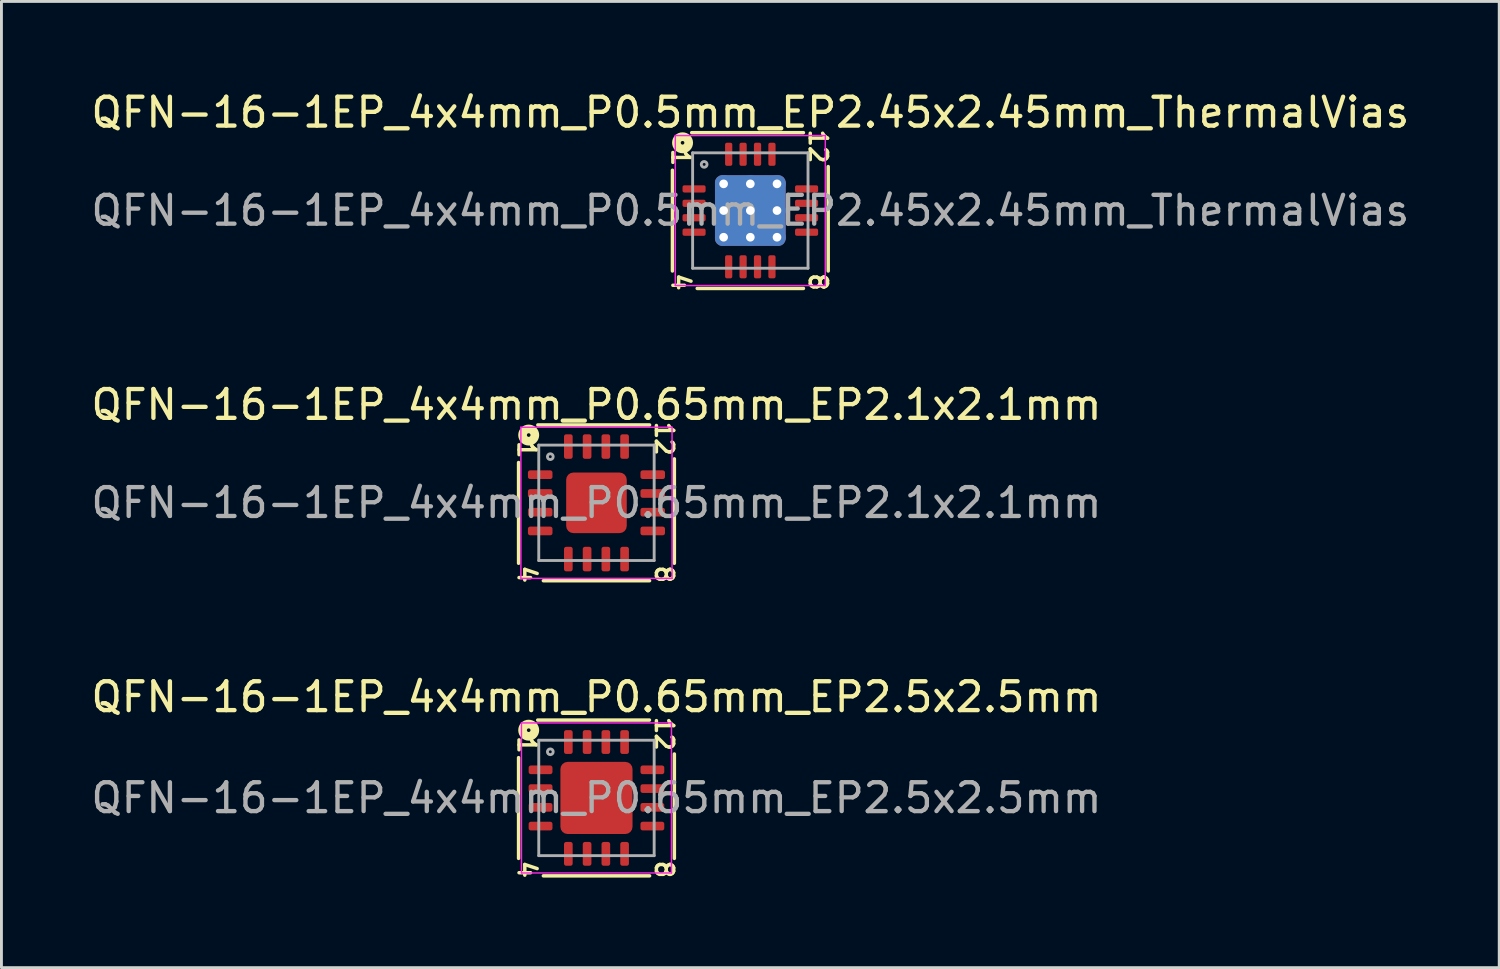
<source format=kicad_pcb>
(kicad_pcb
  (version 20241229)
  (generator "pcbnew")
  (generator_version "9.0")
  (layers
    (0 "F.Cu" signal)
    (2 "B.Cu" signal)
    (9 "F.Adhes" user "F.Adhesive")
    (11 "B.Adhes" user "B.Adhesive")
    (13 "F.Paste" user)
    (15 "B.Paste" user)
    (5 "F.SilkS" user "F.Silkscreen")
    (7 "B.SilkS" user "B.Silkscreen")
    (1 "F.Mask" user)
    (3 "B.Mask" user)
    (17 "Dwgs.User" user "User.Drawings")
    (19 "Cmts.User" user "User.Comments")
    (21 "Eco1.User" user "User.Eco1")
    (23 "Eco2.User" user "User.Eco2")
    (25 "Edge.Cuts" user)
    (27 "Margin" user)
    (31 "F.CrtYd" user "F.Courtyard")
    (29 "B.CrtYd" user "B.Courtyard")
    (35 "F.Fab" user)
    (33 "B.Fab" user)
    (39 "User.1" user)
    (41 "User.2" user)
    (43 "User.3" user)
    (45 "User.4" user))
  (footprint "QFN-16-1EP_4x4mm_P0.65mm_EP2.5x2.5mm"
    (layer "F.Cu")
    (at 17.625 24.609)
    (property "Reference" "QFN-16-1EP_4x4mm_P0.65mm_EP2.5x2.5mm" (at 0 -3.5 0) (layer "F.SilkS") (effects (font (size 1 1) (thickness 0.15))))
    (attr smd)
    (fp_line (start -2.7 -1.397) (end -2.7 2.095) (stroke (width 0.12) (type solid)) (layer "F.SilkS"))
    (fp_line (start -1.841 2.7) (end 1.841 2.7) (stroke (width 0.12) (type solid)) (layer "F.SilkS"))
    (fp_line (start 1.837 -2.7) (end -2.037 -2.7) (stroke (width 0.12) (type solid)) (layer "F.SilkS"))
    (fp_line (start 2.7 2.095) (end 2.7 -1.524) (stroke (width 0.12) (type solid)) (layer "F.SilkS"))
    (fp_circle (center -2.349 -2.349) (end -2.286 -2.349) (stroke (width 0.3) (type solid)) (fill no) (layer "F.SilkS"))
    (fp_line (start -2.6 -2.6) (end -2.6 2.6) (stroke (width 0.05) (type solid)) (layer "F.CrtYd"))
    (fp_line (start -2.6 2.6) (end 2.6 2.6) (stroke (width 0.05) (type solid)) (layer "F.CrtYd"))
    (fp_line (start 2.6 -2.6) (end -2.6 -2.6) (stroke (width 0.05) (type solid)) (layer "F.CrtYd"))
    (fp_line (start 2.6 2.6) (end 2.6 -2.6) (stroke (width 0.05) (type solid)) (layer "F.CrtYd"))
    (fp_line (start -2 -2) (end 2 -2) (stroke (width 0.1) (type solid)) (layer "F.Fab"))
    (fp_line (start -2 2) (end -2 -2) (stroke (width 0.1) (type solid)) (layer "F.Fab"))
    (fp_line (start 2 -2) (end 2 2) (stroke (width 0.1) (type solid)) (layer "F.Fab"))
    (fp_line (start 2 2) (end -2 2) (stroke (width 0.1) (type solid)) (layer "F.Fab"))
    (fp_circle (center -1.6 -1.6) (end -1.5 -1.6) (stroke (width 0.1) (type solid)) (fill no) (layer "F.Fab"))
    (fp_text user "1" (at -2.413 -1.841 270) (unlocked yes) (layer "F.SilkS") (effects (font (size 0.6 0.6) (thickness 0.12))))
    (fp_text user "4" (at -2.413 2.477 270) (unlocked yes) (layer "F.SilkS") (effects (font (size 0.6 0.6) (thickness 0.12))))
    (fp_text user "8" (at 2.349 2.477 270) (unlocked yes) (layer "F.SilkS") (effects (font (size 0.6 0.6) (thickness 0.12))))
    (fp_text user "12" (at 2.349 -2.223 270) (unlocked yes) (layer "F.SilkS") (effects (font (size 0.6 0.6) (thickness 0.12))))
    (fp_text user "${REFERENCE}" (at 0 0 0) (layer "F.Fab") (effects (font (size 1 1) (thickness 0.15))))
    (pad "" smd roundrect (at -0.625 -0.625) (size 1.01 1.01) (layers "F.Paste") (roundrect_rratio 0.248))
    (pad "" smd roundrect (at -0.625 0.625) (size 1.01 1.01) (layers "F.Paste") (roundrect_rratio 0.248))
    (pad "" smd roundrect (at 0.625 -0.625) (size 1.01 1.01) (layers "F.Paste") (roundrect_rratio 0.248))
    (pad "" smd roundrect (at 0.625 0.625) (size 1.01 1.01) (layers "F.Paste") (roundrect_rratio 0.248))
    (pad "1" smd roundrect (at -1.938 -0.975) (size 0.825 0.3) (layers "F.Cu" "F.Mask" "F.Paste") (roundrect_rratio 0.25))
    (pad "2" smd roundrect (at -1.938 -0.325) (size 0.825 0.3) (layers "F.Cu" "F.Mask" "F.Paste") (roundrect_rratio 0.25))
    (pad "3" smd roundrect (at -1.938 0.325) (size 0.825 0.3) (layers "F.Cu" "F.Mask" "F.Paste") (roundrect_rratio 0.25))
    (pad "4" smd roundrect (at -1.938 0.975) (size 0.825 0.3) (layers "F.Cu" "F.Mask" "F.Paste") (roundrect_rratio 0.25))
    (pad "5" smd roundrect (at -0.975 1.938) (size 0.3 0.825) (layers "F.Cu" "F.Mask" "F.Paste") (roundrect_rratio 0.25))
    (pad "6" smd roundrect (at -0.325 1.938) (size 0.3 0.825) (layers "F.Cu" "F.Mask" "F.Paste") (roundrect_rratio 0.25))
    (pad "7" smd roundrect (at 0.325 1.938) (size 0.3 0.825) (layers "F.Cu" "F.Mask" "F.Paste") (roundrect_rratio 0.25))
    (pad "8" smd roundrect (at 0.975 1.938) (size 0.3 0.825) (layers "F.Cu" "F.Mask" "F.Paste") (roundrect_rratio 0.25))
    (pad "9" smd roundrect (at 1.938 0.975) (size 0.825 0.3) (layers "F.Cu" "F.Mask" "F.Paste") (roundrect_rratio 0.25))
    (pad "10" smd roundrect (at 1.938 0.325) (size 0.825 0.3) (layers "F.Cu" "F.Mask" "F.Paste") (roundrect_rratio 0.25))
    (pad "11" smd roundrect (at 1.938 -0.325) (size 0.825 0.3) (layers "F.Cu" "F.Mask" "F.Paste") (roundrect_rratio 0.25))
    (pad "12" smd roundrect (at 1.938 -0.975) (size 0.825 0.3) (layers "F.Cu" "F.Mask" "F.Paste") (roundrect_rratio 0.25))
    (pad "13" smd roundrect (at 0.975 -1.938) (size 0.3 0.825) (layers "F.Cu" "F.Mask" "F.Paste") (roundrect_rratio 0.25))
    (pad "14" smd roundrect (at 0.325 -1.938) (size 0.3 0.825) (layers "F.Cu" "F.Mask" "F.Paste") (roundrect_rratio 0.25))
    (pad "15" smd roundrect (at -0.325 -1.938) (size 0.3 0.825) (layers "F.Cu" "F.Mask" "F.Paste") (roundrect_rratio 0.25))
    (pad "16" smd roundrect (at -0.975 -1.938) (size 0.3 0.825) (layers "F.Cu" "F.Mask" "F.Paste") (roundrect_rratio 0.25))
    (pad "17" smd roundrect (at 0 0) (size 2.5 2.5) (layers "F.Cu" "F.Mask") (roundrect_rratio 0.1)))
  (footprint "QFN-16-1EP_4x4mm_P0.5mm_EP2.45x2.45mm_ThermalVias"
    (layer "F.Cu")
    (at 22.958 4.248)
    (property "Reference" "QFN-16-1EP_4x4mm_P0.5mm_EP2.45x2.45mm_ThermalVias" (at 0 -3.4 0) (layer "F.SilkS") (effects (font (size 1 1) (thickness 0.15))))
    (attr smd)
    (fp_line (start -2.7 -1.397) (end -2.7 2.095) (stroke (width 0.12) (type solid)) (layer "F.SilkS"))
    (fp_line (start -1.841 2.7) (end 1.841 2.7) (stroke (width 0.12) (type solid)) (layer "F.SilkS"))
    (fp_line (start 1.841 -2.7) (end -2.032 -2.7) (stroke (width 0.12) (type solid)) (layer "F.SilkS"))
    (fp_line (start 2.7 2.095) (end 2.7 -1.524) (stroke (width 0.12) (type solid)) (layer "F.SilkS"))
    (fp_circle (center -2.349 -2.349) (end -2.286 -2.349) (stroke (width 0.3) (type solid)) (fill no) (layer "F.SilkS"))
    (fp_line (start -2.6 -2.6) (end -2.6 2.6) (stroke (width 0.05) (type solid)) (layer "F.CrtYd"))
    (fp_line (start -2.6 2.6) (end 2.6 2.6) (stroke (width 0.05) (type solid)) (layer "F.CrtYd"))
    (fp_line (start 2.6 -2.6) (end -2.6 -2.6) (stroke (width 0.05) (type solid)) (layer "F.CrtYd"))
    (fp_line (start 2.6 2.6) (end 2.6 -2.6) (stroke (width 0.05) (type solid)) (layer "F.CrtYd"))
    (fp_line (start -2 -2) (end 2 -2) (stroke (width 0.1) (type solid)) (layer "F.Fab"))
    (fp_line (start -2 2) (end -2 -2) (stroke (width 0.1) (type solid)) (layer "F.Fab"))
    (fp_line (start 2 -2) (end 2 2) (stroke (width 0.1) (type solid)) (layer "F.Fab"))
    (fp_line (start 2 2) (end -2 2) (stroke (width 0.1) (type solid)) (layer "F.Fab"))
    (fp_circle (center -1.6 -1.6) (end -1.5 -1.6) (stroke (width 0.1) (type solid)) (fill no) (layer "F.Fab"))
    (fp_text user "1" (at -2.413 -1.841 270) (unlocked yes) (layer "F.SilkS") (effects (font (size 0.6 0.6) (thickness 0.12))))
    (fp_text user "8" (at 2.349 2.477 270) (unlocked yes) (layer "F.SilkS") (effects (font (size 0.6 0.6) (thickness 0.12))))
    (fp_text user "12" (at 2.349 -2.223 270) (unlocked yes) (layer "F.SilkS") (effects (font (size 0.6 0.6) (thickness 0.12))))
    (fp_text user "4" (at -2.413 2.477 270) (unlocked yes) (layer "F.SilkS") (effects (font (size 0.6 0.6) (thickness 0.12))))
    (fp_text user "${REFERENCE}" (at 0 0 0) (layer "F.Fab") (effects (font (size 1 1) (thickness 0.15))))
    (pad "" smd roundrect (at -0.61 -0.61) (size 1.06 1.06) (layers "F.Paste") (roundrect_rratio 0.236))
    (pad "" smd roundrect (at -0.61 0.61) (size 1.06 1.06) (layers "F.Paste") (roundrect_rratio 0.236))
    (pad "" smd roundrect (at 0.61 -0.61) (size 1.06 1.06) (layers "F.Paste") (roundrect_rratio 0.236))
    (pad "" smd roundrect (at 0.61 0.61) (size 1.06 1.06) (layers "F.Paste") (roundrect_rratio 0.236))
    (pad "1" smd roundrect (at -1.95 -0.75) (size 0.8 0.25) (layers "F.Cu" "F.Mask" "F.Paste") (roundrect_rratio 0.25))
    (pad "2" smd roundrect (at -1.95 -0.25) (size 0.8 0.25) (layers "F.Cu" "F.Mask" "F.Paste") (roundrect_rratio 0.25))
    (pad "3" smd roundrect (at -1.95 0.25) (size 0.8 0.25) (layers "F.Cu" "F.Mask" "F.Paste") (roundrect_rratio 0.25))
    (pad "4" smd roundrect (at -1.95 0.75) (size 0.8 0.25) (layers "F.Cu" "F.Mask" "F.Paste") (roundrect_rratio 0.25))
    (pad "5" smd roundrect (at -0.75 1.95) (size 0.25 0.8) (layers "F.Cu" "F.Mask" "F.Paste") (roundrect_rratio 0.25))
    (pad "6" smd roundrect (at -0.25 1.95) (size 0.25 0.8) (layers "F.Cu" "F.Mask" "F.Paste") (roundrect_rratio 0.25))
    (pad "7" smd roundrect (at 0.25 1.95) (size 0.25 0.8) (layers "F.Cu" "F.Mask" "F.Paste") (roundrect_rratio 0.25))
    (pad "8" smd roundrect (at 0.75 1.95) (size 0.25 0.8) (layers "F.Cu" "F.Mask" "F.Paste") (roundrect_rratio 0.25))
    (pad "9" smd roundrect (at 1.95 0.75) (size 0.8 0.25) (layers "F.Cu" "F.Mask" "F.Paste") (roundrect_rratio 0.25))
    (pad "10" smd roundrect (at 1.95 0.25) (size 0.8 0.25) (layers "F.Cu" "F.Mask" "F.Paste") (roundrect_rratio 0.25))
    (pad "11" smd roundrect (at 1.95 -0.25) (size 0.8 0.25) (layers "F.Cu" "F.Mask" "F.Paste") (roundrect_rratio 0.25))
    (pad "12" smd roundrect (at 1.95 -0.75) (size 0.8 0.25) (layers "F.Cu" "F.Mask" "F.Paste") (roundrect_rratio 0.25))
    (pad "13" smd roundrect (at 0.75 -1.95) (size 0.25 0.8) (layers "F.Cu" "F.Mask" "F.Paste") (roundrect_rratio 0.25))
    (pad "14" smd roundrect (at 0.25 -1.95) (size 0.25 0.8) (layers "F.Cu" "F.Mask" "F.Paste") (roundrect_rratio 0.25))
    (pad "15" smd roundrect (at -0.25 -1.95) (size 0.25 0.8) (layers "F.Cu" "F.Mask" "F.Paste") (roundrect_rratio 0.25))
    (pad "16" smd roundrect (at -0.75 -1.95) (size 0.25 0.8) (layers "F.Cu" "F.Mask" "F.Paste") (roundrect_rratio 0.25))
    (pad "17" thru_hole circle (at -0.925 -0.925) (size 0.6 0.6) (drill 0.3) (property pad_prop_heatsink) (layers "*.Cu"))
    (pad "17" thru_hole circle (at -0.925 0) (size 0.6 0.6) (drill 0.3) (property pad_prop_heatsink) (layers "*.Cu"))
    (pad "17" thru_hole circle (at -0.925 0.925) (size 0.6 0.6) (drill 0.3) (property pad_prop_heatsink) (layers "*.Cu"))
    (pad "17" thru_hole circle (at 0 -0.925) (size 0.6 0.6) (drill 0.3) (property pad_prop_heatsink) (layers "*.Cu"))
    (pad "17" thru_hole circle (at 0 0) (size 0.6 0.6) (drill 0.3) (property pad_prop_heatsink) (layers "*.Cu"))
    (pad "17" smd roundrect (at 0 0) (size 2.45 2.45) (layers "F.Cu" "F.Mask") (roundrect_rratio 0.102))
    (pad "17" smd roundrect (at 0 0) (size 2.45 2.45) (layers "B.Cu" "B.Mask") (roundrect_rratio 0.102))
    (pad "17" thru_hole circle (at 0 0.925) (size 0.6 0.6) (drill 0.3) (property pad_prop_heatsink) (layers "*.Cu"))
    (pad "17" thru_hole circle (at 0.925 -0.925) (size 0.6 0.6) (drill 0.3) (property pad_prop_heatsink) (layers "*.Cu"))
    (pad "17" thru_hole circle (at 0.925 0) (size 0.6 0.6) (drill 0.3) (property pad_prop_heatsink) (layers "*.Cu"))
    (pad "17" thru_hole circle (at 0.925 0.925) (size 0.6 0.6) (drill 0.3) (property pad_prop_heatsink) (layers "*.Cu")))
  (footprint "QFN-16-1EP_4x4mm_P0.65mm_EP2.1x2.1mm"
    (layer "F.Cu")
    (at 17.625 14.379)
    (property "Reference" "QFN-16-1EP_4x4mm_P0.65mm_EP2.1x2.1mm" (at 0 -3.4 0) (layer "F.SilkS") (effects (font (size 1 1) (thickness 0.15))))
    (attr smd)
    (fp_line (start -2.7 -1.397) (end -2.7 2.095) (stroke (width 0.12) (type solid)) (layer "F.SilkS"))
    (fp_line (start -1.841 2.7) (end 1.841 2.7) (stroke (width 0.12) (type solid)) (layer "F.SilkS"))
    (fp_line (start 1.841 -2.7) (end -2.032 -2.7) (stroke (width 0.12) (type solid)) (layer "F.SilkS"))
    (fp_line (start 2.7 2.095) (end 2.7 -1.524) (stroke (width 0.12) (type solid)) (layer "F.SilkS"))
    (fp_circle (center -2.349 -2.349) (end -2.286 -2.349) (stroke (width 0.3) (type solid)) (fill no) (layer "F.SilkS"))
    (fp_line (start -2.62 -2.62) (end -2.62 2.62) (stroke (width 0.05) (type solid)) (layer "F.CrtYd"))
    (fp_line (start -2.62 2.62) (end 2.62 2.62) (stroke (width 0.05) (type solid)) (layer "F.CrtYd"))
    (fp_line (start 2.62 -2.62) (end -2.62 -2.62) (stroke (width 0.05) (type solid)) (layer "F.CrtYd"))
    (fp_line (start 2.62 2.62) (end 2.62 -2.62) (stroke (width 0.05) (type solid)) (layer "F.CrtYd"))
    (fp_line (start -2 -2) (end 2 -2) (stroke (width 0.1) (type solid)) (layer "F.Fab"))
    (fp_line (start -2 2) (end -2 -2) (stroke (width 0.1) (type solid)) (layer "F.Fab"))
    (fp_line (start 2 -2) (end 2 2) (stroke (width 0.1) (type solid)) (layer "F.Fab"))
    (fp_line (start 2 2) (end -2 2) (stroke (width 0.1) (type solid)) (layer "F.Fab"))
    (fp_circle (center -1.6 -1.6) (end -1.5 -1.6) (stroke (width 0.1) (type solid)) (fill no) (layer "F.Fab"))
    (fp_text user "1" (at -2.413 -1.841 270) (unlocked yes) (layer "F.SilkS") (effects (font (size 0.6 0.6) (thickness 0.12))))
    (fp_text user "12" (at 2.349 -2.223 270) (unlocked yes) (layer "F.SilkS") (effects (font (size 0.6 0.6) (thickness 0.12))))
    (fp_text user "8" (at 2.349 2.477 270) (unlocked yes) (layer "F.SilkS") (effects (font (size 0.6 0.6) (thickness 0.12))))
    (fp_text user "4" (at -2.413 2.477 270) (unlocked yes) (layer "F.SilkS") (effects (font (size 0.6 0.6) (thickness 0.12))))
    (fp_text user "${REFERENCE}" (at 0 0 0) (layer "F.Fab") (effects (font (size 1 1) (thickness 0.15))))
    (pad "" smd roundrect (at -0.525 -0.525) (size 0.85 0.85) (layers "F.Paste") (roundrect_rratio 0.25))
    (pad "" smd roundrect (at -0.525 0.525) (size 0.85 0.85) (layers "F.Paste") (roundrect_rratio 0.25))
    (pad "" smd roundrect (at 0.525 -0.525) (size 0.85 0.85) (layers "F.Paste") (roundrect_rratio 0.25))
    (pad "" smd roundrect (at 0.525 0.525) (size 0.85 0.85) (layers "F.Paste") (roundrect_rratio 0.25))
    (pad "1" smd roundrect (at -1.95 -0.975) (size 0.85 0.3) (layers "F.Cu" "F.Mask" "F.Paste") (roundrect_rratio 0.25))
    (pad "2" smd roundrect (at -1.95 -0.325) (size 0.85 0.3) (layers "F.Cu" "F.Mask" "F.Paste") (roundrect_rratio 0.25))
    (pad "3" smd roundrect (at -1.95 0.325) (size 0.85 0.3) (layers "F.Cu" "F.Mask" "F.Paste") (roundrect_rratio 0.25))
    (pad "4" smd roundrect (at -1.95 0.975) (size 0.85 0.3) (layers "F.Cu" "F.Mask" "F.Paste") (roundrect_rratio 0.25))
    (pad "5" smd roundrect (at -0.975 1.95) (size 0.3 0.85) (layers "F.Cu" "F.Mask" "F.Paste") (roundrect_rratio 0.25))
    (pad "6" smd roundrect (at -0.325 1.95) (size 0.3 0.85) (layers "F.Cu" "F.Mask" "F.Paste") (roundrect_rratio 0.25))
    (pad "7" smd roundrect (at 0.325 1.95) (size 0.3 0.85) (layers "F.Cu" "F.Mask" "F.Paste") (roundrect_rratio 0.25))
    (pad "8" smd roundrect (at 0.975 1.95) (size 0.3 0.85) (layers "F.Cu" "F.Mask" "F.Paste") (roundrect_rratio 0.25))
    (pad "9" smd roundrect (at 1.95 0.975) (size 0.85 0.3) (layers "F.Cu" "F.Mask" "F.Paste") (roundrect_rratio 0.25))
    (pad "10" smd roundrect (at 1.95 0.325) (size 0.85 0.3) (layers "F.Cu" "F.Mask" "F.Paste") (roundrect_rratio 0.25))
    (pad "11" smd roundrect (at 1.95 -0.325) (size 0.85 0.3) (layers "F.Cu" "F.Mask" "F.Paste") (roundrect_rratio 0.25))
    (pad "12" smd roundrect (at 1.95 -0.975) (size 0.85 0.3) (layers "F.Cu" "F.Mask" "F.Paste") (roundrect_rratio 0.25))
    (pad "13" smd roundrect (at 0.975 -1.95) (size 0.3 0.85) (layers "F.Cu" "F.Mask" "F.Paste") (roundrect_rratio 0.25))
    (pad "14" smd roundrect (at 0.325 -1.95) (size 0.3 0.85) (layers "F.Cu" "F.Mask" "F.Paste") (roundrect_rratio 0.25))
    (pad "15" smd roundrect (at -0.325 -1.95) (size 0.3 0.85) (layers "F.Cu" "F.Mask" "F.Paste") (roundrect_rratio 0.25))
    (pad "16" smd roundrect (at -0.975 -1.95) (size 0.3 0.85) (layers "F.Cu" "F.Mask" "F.Paste") (roundrect_rratio 0.25))
    (pad "17" smd roundrect (at 0 0) (size 2.1 2.1) (layers "F.Cu" "F.Mask") (roundrect_rratio 0.119)))
  (gr_rect
    (start -3 -3)
    (end 48.917 30.491)
    (stroke (width 0.1) (type default))
    (fill no)
    (layer "Edge.Cuts")))
</source>
